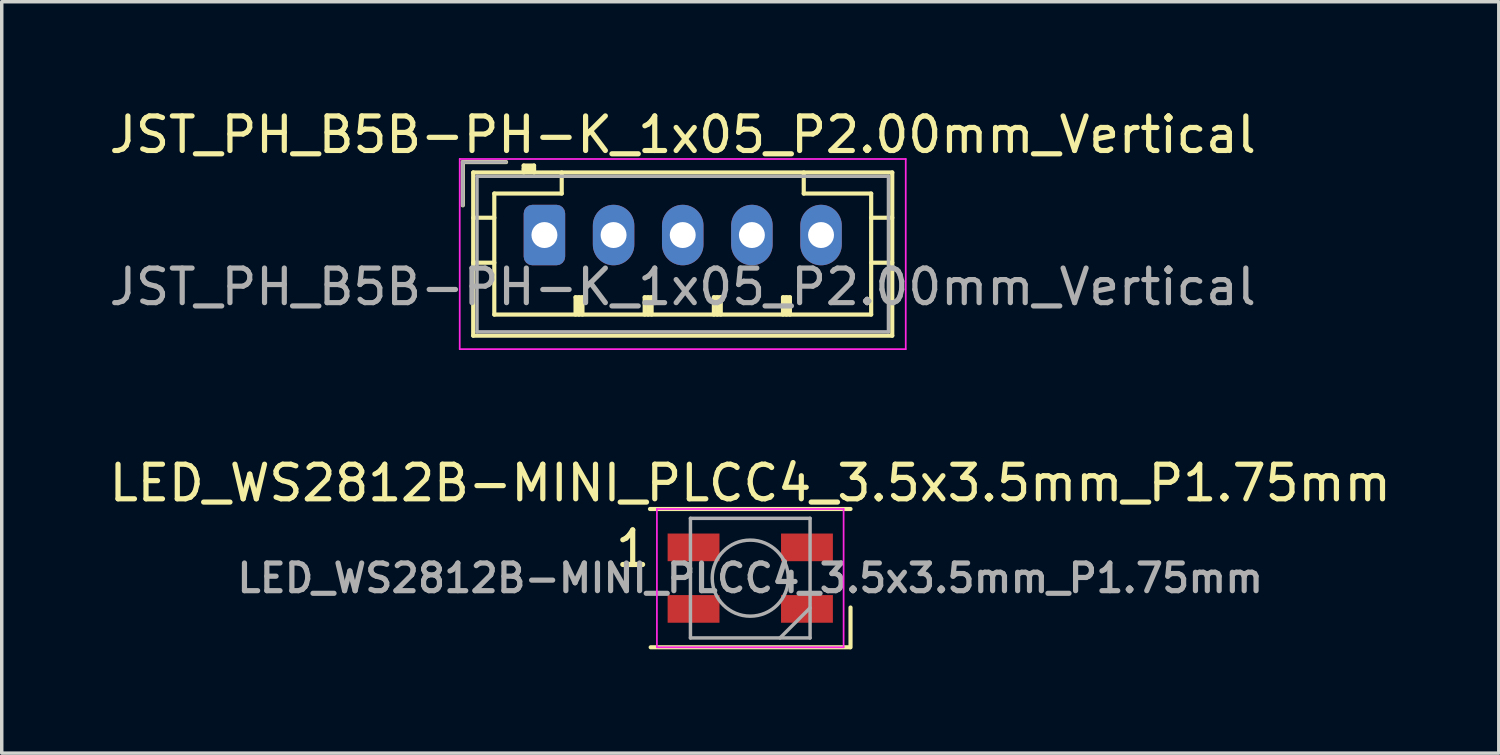
<source format=kicad_pcb>
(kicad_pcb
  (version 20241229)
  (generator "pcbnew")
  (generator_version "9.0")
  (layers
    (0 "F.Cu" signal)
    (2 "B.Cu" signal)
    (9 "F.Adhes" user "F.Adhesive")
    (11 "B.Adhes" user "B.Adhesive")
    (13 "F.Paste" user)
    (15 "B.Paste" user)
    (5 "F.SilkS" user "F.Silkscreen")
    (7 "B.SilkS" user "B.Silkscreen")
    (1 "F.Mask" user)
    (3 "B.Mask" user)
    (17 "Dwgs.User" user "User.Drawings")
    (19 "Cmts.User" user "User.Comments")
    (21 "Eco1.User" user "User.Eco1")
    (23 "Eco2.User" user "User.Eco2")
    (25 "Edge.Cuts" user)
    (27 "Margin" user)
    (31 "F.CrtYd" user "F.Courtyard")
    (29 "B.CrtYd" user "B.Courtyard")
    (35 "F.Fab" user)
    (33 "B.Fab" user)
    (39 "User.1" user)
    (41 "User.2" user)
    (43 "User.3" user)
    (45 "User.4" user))
  (footprint "LED_WS2812B-MINI_PLCC4_3.5x3.5mm_P1.75mm"
    (layer "F.Cu")
    (at 18.649 13.671)
    (property "Reference" "LED_WS2812B-MINI_PLCC4_3.5x3.5mm_P1.75mm" (at 0 -2.75 0) (layer "F.SilkS") (effects (font (size 1 1) (thickness 0.15))))
    (attr smd)
    (fp_line (start -2.9 -2) (end 2.9 -2) (stroke (width 0.12) (type solid)) (layer "F.SilkS"))
    (fp_line (start -2.88 2) (end 2.88 2) (stroke (width 0.12) (type solid)) (layer "F.SilkS"))
    (fp_line (start 2.9 2) (end 2.9 0.85) (stroke (width 0.12) (type solid)) (layer "F.SilkS"))
    (fp_line (start -2.7 -2) (end -2.7 2) (stroke (width 0.05) (type solid)) (layer "F.CrtYd"))
    (fp_line (start -2.7 2) (end 2.7 2) (stroke (width 0.05) (type solid)) (layer "F.CrtYd"))
    (fp_line (start 2.7 -2) (end -2.7 -2) (stroke (width 0.05) (type solid)) (layer "F.CrtYd"))
    (fp_line (start 2.7 2) (end 2.7 -2) (stroke (width 0.05) (type solid)) (layer "F.CrtYd"))
    (fp_line (start -1.73 -1.73) (end -1.73 1.73) (stroke (width 0.1) (type solid)) (layer "F.Fab"))
    (fp_line (start -1.73 1.73) (end 1.73 1.73) (stroke (width 0.1) (type solid)) (layer "F.Fab"))
    (fp_line (start 1.73 -1.73) (end -1.73 -1.73) (stroke (width 0.1) (type solid)) (layer "F.Fab"))
    (fp_line (start 1.73 0.86) (end 0.86 1.73) (stroke (width 0.1) (type solid)) (layer "F.Fab"))
    (fp_line (start 1.73 1.73) (end 1.73 -1.73) (stroke (width 0.1) (type solid)) (layer "F.Fab"))
    (fp_circle (center 0 0) (end 1.1 0) (stroke (width 0.1) (type solid)) (fill no) (layer "F.Fab"))
    (fp_text user "1" (at -3.4 -0.85 0) (layer "F.SilkS") (effects (font (size 1 1) (thickness 0.15))))
    (fp_text user "${REFERENCE}" (at 0 0 0) (layer "F.Fab") (effects (font (size 0.8 0.8) (thickness 0.15))))
    (pad "1" smd rect (at -1.64 -0.89) (size 1.5 0.8) (layers "F.Cu" "F.Mask" "F.Paste"))
    (pad "2" smd rect (at -1.64 0.89) (size 1.5 0.8) (layers "F.Cu" "F.Mask" "F.Paste"))
    (pad "3" smd rect (at 1.64 0.89) (size 1.5 0.8) (layers "F.Cu" "F.Mask" "F.Paste"))
    (pad "4" smd rect (at 1.64 -0.89) (size 1.5 0.8) (layers "F.Cu" "F.Mask" "F.Paste")))
  (footprint "JST_PH_B5B-PH-K_1x05_P2.00mm_Vertical"
    (layer "F.Cu")
    (at 12.696 3.748)
    (property "Reference" "JST_PH_B5B-PH-K_1x05_P2.00mm_Vertical" (at 4 -2.9 0) (layer "F.SilkS") (effects (font (size 1 1) (thickness 0.15))))
    (attr through_hole)
    (fp_line (start -2.36 -2.11) (end -2.36 -0.86) (stroke (width 0.12) (type solid)) (layer "F.SilkS"))
    (fp_line (start -2.06 -1.81) (end -2.06 2.91) (stroke (width 0.12) (type solid)) (layer "F.SilkS"))
    (fp_line (start -2.06 -0.5) (end -1.45 -0.5) (stroke (width 0.12) (type solid)) (layer "F.SilkS"))
    (fp_line (start -2.06 0.8) (end -1.45 0.8) (stroke (width 0.12) (type solid)) (layer "F.SilkS"))
    (fp_line (start -2.06 2.91) (end 10.06 2.91) (stroke (width 0.12) (type solid)) (layer "F.SilkS"))
    (fp_line (start -1.45 -1.2) (end -1.45 2.3) (stroke (width 0.12) (type solid)) (layer "F.SilkS"))
    (fp_line (start -1.45 2.3) (end 9.45 2.3) (stroke (width 0.12) (type solid)) (layer "F.SilkS"))
    (fp_line (start -1.11 -2.11) (end -2.36 -2.11) (stroke (width 0.12) (type solid)) (layer "F.SilkS"))
    (fp_line (start -0.6 -2.01) (end -0.6 -1.81) (stroke (width 0.12) (type solid)) (layer "F.SilkS"))
    (fp_line (start -0.3 -2.01) (end -0.6 -2.01) (stroke (width 0.12) (type solid)) (layer "F.SilkS"))
    (fp_line (start -0.3 -1.91) (end -0.6 -1.91) (stroke (width 0.12) (type solid)) (layer "F.SilkS"))
    (fp_line (start -0.3 -1.81) (end -0.3 -2.01) (stroke (width 0.12) (type solid)) (layer "F.SilkS"))
    (fp_line (start 0.5 -1.81) (end 0.5 -1.2) (stroke (width 0.12) (type solid)) (layer "F.SilkS"))
    (fp_line (start 0.5 -1.2) (end -1.45 -1.2) (stroke (width 0.12) (type solid)) (layer "F.SilkS"))
    (fp_line (start 0.9 1.8) (end 1.1 1.8) (stroke (width 0.12) (type solid)) (layer "F.SilkS"))
    (fp_line (start 0.9 2.3) (end 0.9 1.8) (stroke (width 0.12) (type solid)) (layer "F.SilkS"))
    (fp_line (start 1 2.3) (end 1 1.8) (stroke (width 0.12) (type solid)) (layer "F.SilkS"))
    (fp_line (start 1.1 1.8) (end 1.1 2.3) (stroke (width 0.12) (type solid)) (layer "F.SilkS"))
    (fp_line (start 2.9 1.8) (end 3.1 1.8) (stroke (width 0.12) (type solid)) (layer "F.SilkS"))
    (fp_line (start 2.9 2.3) (end 2.9 1.8) (stroke (width 0.12) (type solid)) (layer "F.SilkS"))
    (fp_line (start 3 2.3) (end 3 1.8) (stroke (width 0.12) (type solid)) (layer "F.SilkS"))
    (fp_line (start 3.1 1.8) (end 3.1 2.3) (stroke (width 0.12) (type solid)) (layer "F.SilkS"))
    (fp_line (start 4.9 1.8) (end 5.1 1.8) (stroke (width 0.12) (type solid)) (layer "F.SilkS"))
    (fp_line (start 4.9 2.3) (end 4.9 1.8) (stroke (width 0.12) (type solid)) (layer "F.SilkS"))
    (fp_line (start 5 2.3) (end 5 1.8) (stroke (width 0.12) (type solid)) (layer "F.SilkS"))
    (fp_line (start 5.1 1.8) (end 5.1 2.3) (stroke (width 0.12) (type solid)) (layer "F.SilkS"))
    (fp_line (start 6.9 1.8) (end 7.1 1.8) (stroke (width 0.12) (type solid)) (layer "F.SilkS"))
    (fp_line (start 6.9 2.3) (end 6.9 1.8) (stroke (width 0.12) (type solid)) (layer "F.SilkS"))
    (fp_line (start 7 2.3) (end 7 1.8) (stroke (width 0.12) (type solid)) (layer "F.SilkS"))
    (fp_line (start 7.1 1.8) (end 7.1 2.3) (stroke (width 0.12) (type solid)) (layer "F.SilkS"))
    (fp_line (start 7.5 -1.2) (end 7.5 -1.81) (stroke (width 0.12) (type solid)) (layer "F.SilkS"))
    (fp_line (start 9.45 -1.2) (end 7.5 -1.2) (stroke (width 0.12) (type solid)) (layer "F.SilkS"))
    (fp_line (start 9.45 2.3) (end 9.45 -1.2) (stroke (width 0.12) (type solid)) (layer "F.SilkS"))
    (fp_line (start 10.06 -1.81) (end -2.06 -1.81) (stroke (width 0.12) (type solid)) (layer "F.SilkS"))
    (fp_line (start 10.06 -0.5) (end 9.45 -0.5) (stroke (width 0.12) (type solid)) (layer "F.SilkS"))
    (fp_line (start 10.06 0.8) (end 9.45 0.8) (stroke (width 0.12) (type solid)) (layer "F.SilkS"))
    (fp_line (start 10.06 2.91) (end 10.06 -1.81) (stroke (width 0.12) (type solid)) (layer "F.SilkS"))
    (fp_line (start -2.45 -2.2) (end -2.45 3.3) (stroke (width 0.05) (type solid)) (layer "F.CrtYd"))
    (fp_line (start -2.45 3.3) (end 10.45 3.3) (stroke (width 0.05) (type solid)) (layer "F.CrtYd"))
    (fp_line (start 10.45 -2.2) (end -2.45 -2.2) (stroke (width 0.05) (type solid)) (layer "F.CrtYd"))
    (fp_line (start 10.45 3.3) (end 10.45 -2.2) (stroke (width 0.05) (type solid)) (layer "F.CrtYd"))
    (fp_line (start -2.36 -2.11) (end -2.36 -0.86) (stroke (width 0.1) (type solid)) (layer "F.Fab"))
    (fp_line (start -1.95 -1.7) (end -1.95 2.8) (stroke (width 0.1) (type solid)) (layer "F.Fab"))
    (fp_line (start -1.95 2.8) (end 9.95 2.8) (stroke (width 0.1) (type solid)) (layer "F.Fab"))
    (fp_line (start -1.11 -2.11) (end -2.36 -2.11) (stroke (width 0.1) (type solid)) (layer "F.Fab"))
    (fp_line (start 9.95 -1.7) (end -1.95 -1.7) (stroke (width 0.1) (type solid)) (layer "F.Fab"))
    (fp_line (start 9.95 2.8) (end 9.95 -1.7) (stroke (width 0.1) (type solid)) (layer "F.Fab"))
    (fp_text user "${REFERENCE}" (at 4 1.5 0) (layer "F.Fab") (effects (font (size 1 1) (thickness 0.15))))
    (pad "1" thru_hole roundrect (at 0 0) (size 1.2 1.75) (drill 0.75) (layers "*.Cu" "*.Mask") (roundrect_rratio 0.208))
    (pad "2" thru_hole oval (at 2 0) (size 1.2 1.75) (drill 0.75) (layers "*.Cu" "*.Mask"))
    (pad "3" thru_hole oval (at 4 0) (size 1.2 1.75) (drill 0.75) (layers "*.Cu" "*.Mask"))
    (pad "4" thru_hole oval (at 6 0) (size 1.2 1.75) (drill 0.75) (layers "*.Cu" "*.Mask"))
    (pad "5" thru_hole oval (at 8 0) (size 1.2 1.75) (drill 0.75) (layers "*.Cu" "*.Mask")))
  (gr_rect
    (start -3 -3)
    (end 40.298 18.732)
    (stroke (width 0.1) (type default))
    (fill no)
    (layer "Edge.Cuts")))
</source>
